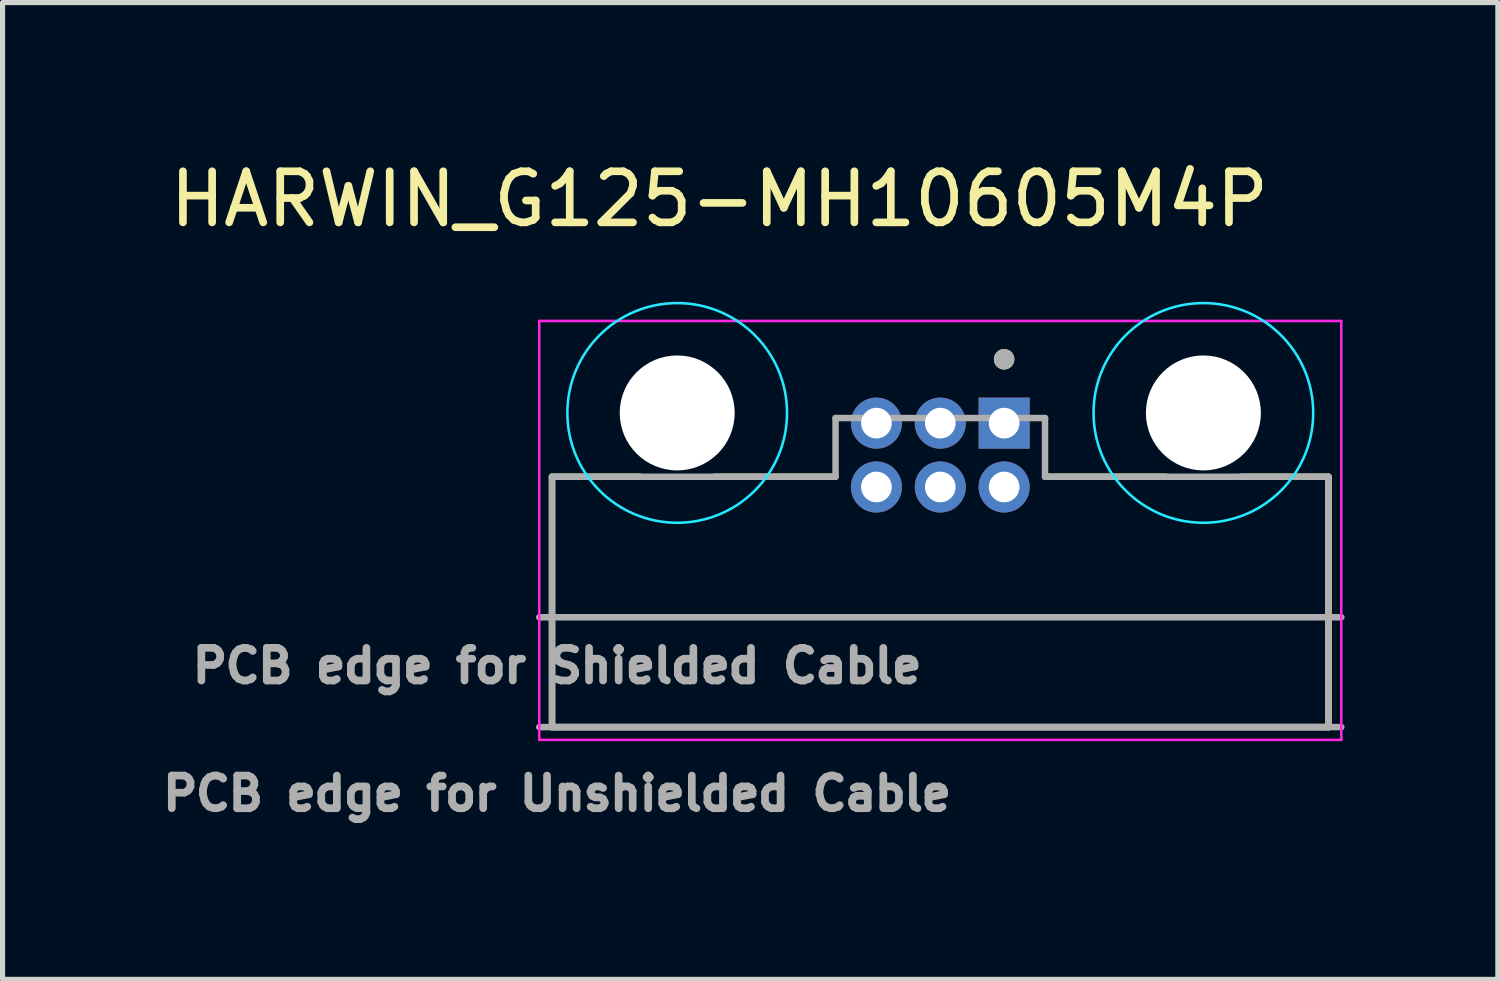
<source format=kicad_pcb>
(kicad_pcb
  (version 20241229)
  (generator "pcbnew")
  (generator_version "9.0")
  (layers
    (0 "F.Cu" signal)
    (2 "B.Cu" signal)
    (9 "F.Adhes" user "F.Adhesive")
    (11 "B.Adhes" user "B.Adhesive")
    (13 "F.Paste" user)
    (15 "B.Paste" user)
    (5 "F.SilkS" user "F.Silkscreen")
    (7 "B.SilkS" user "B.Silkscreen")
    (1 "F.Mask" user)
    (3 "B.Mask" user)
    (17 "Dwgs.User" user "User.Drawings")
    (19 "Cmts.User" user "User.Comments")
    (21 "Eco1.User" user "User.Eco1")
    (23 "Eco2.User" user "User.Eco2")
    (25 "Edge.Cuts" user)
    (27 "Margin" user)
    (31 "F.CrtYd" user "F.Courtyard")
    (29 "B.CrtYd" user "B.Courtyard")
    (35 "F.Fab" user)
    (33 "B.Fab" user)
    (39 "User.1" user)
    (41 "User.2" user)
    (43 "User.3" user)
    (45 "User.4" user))
  (footprint "HARWIN_G125-MH10605M4P"
    (layer "F.Cu")
    (at 15.356 8.733)
    (property "Reference" "HARWIN_G125-MH10605M4P" (at -4.325 -7.885 0) (layer "F.SilkS") (effects (font (size 1 1) (thickness 0.15))))
    (attr through_hole)
    (fp_line (start -7.6 -2.45) (end -7.6 2.45) (stroke (width 0.127) (type solid)) (layer "F.SilkS"))
    (fp_line (start -7.6 -2.45) (end -5.88 -2.45) (stroke (width 0.127) (type solid)) (layer "F.SilkS"))
    (fp_line (start -7.6 2.45) (end 7.6 2.45) (stroke (width 0.127) (type solid)) (layer "F.SilkS"))
    (fp_line (start -4.42 -2.45) (end -2.07 -2.45) (stroke (width 0.127) (type solid)) (layer "F.SilkS"))
    (fp_line (start 2.07 -2.45) (end 4.42 -2.45) (stroke (width 0.127) (type solid)) (layer "F.SilkS"))
    (fp_line (start 5.88 -2.45) (end 7.6 -2.45) (stroke (width 0.127) (type solid)) (layer "F.SilkS"))
    (fp_line (start 7.6 -2.45) (end 7.6 2.45) (stroke (width 0.127) (type solid)) (layer "F.SilkS"))
    (fp_circle (center 1.25 -4.75) (end 1.35 -4.75) (stroke (width 0.2) (type solid)) (fill no) (layer "F.SilkS"))
    (fp_circle (center -5.15 -3.7) (end -3 -3.7) (stroke (width 0.05) (type solid)) (fill no) (layer "B.CrtYd"))
    (fp_circle (center 5.15 -3.7) (end 7.3 -3.7) (stroke (width 0.05) (type solid)) (fill no) (layer "B.CrtYd"))
    (fp_line (start -7.85 -5.5) (end 7.85 -5.5) (stroke (width 0.05) (type solid)) (layer "F.CrtYd"))
    (fp_line (start -7.85 2.7) (end -7.85 -5.5) (stroke (width 0.05) (type solid)) (layer "F.CrtYd"))
    (fp_line (start 7.85 -5.5) (end 7.85 2.7) (stroke (width 0.05) (type solid)) (layer "F.CrtYd"))
    (fp_line (start 7.85 2.7) (end -7.85 2.7) (stroke (width 0.05) (type solid)) (layer "F.CrtYd"))
    (fp_line (start -7.85 0.3) (end 7.85 0.3) (stroke (width 0.127) (type solid)) (layer "F.Fab"))
    (fp_line (start -7.85 2.45) (end 7.85 2.45) (stroke (width 0.127) (type solid)) (layer "F.Fab"))
    (fp_line (start -7.6 -2.45) (end -7.6 2.45) (stroke (width 0.127) (type solid)) (layer "F.Fab"))
    (fp_line (start -7.6 -2.45) (end -2.05 -2.45) (stroke (width 0.127) (type solid)) (layer "F.Fab"))
    (fp_line (start -7.6 2.45) (end 7.6 2.45) (stroke (width 0.127) (type solid)) (layer "F.Fab"))
    (fp_line (start -2.05 -3.6) (end -2.05 -2.45) (stroke (width 0.127) (type solid)) (layer "F.Fab"))
    (fp_line (start -2.05 -3.6) (end 2.05 -3.6) (stroke (width 0.127) (type solid)) (layer "F.Fab"))
    (fp_line (start 2.05 -3.6) (end 2.05 -2.45) (stroke (width 0.127) (type solid)) (layer "F.Fab"))
    (fp_line (start 2.05 -2.45) (end 7.6 -2.45) (stroke (width 0.127) (type solid)) (layer "F.Fab"))
    (fp_line (start 7.6 -2.45) (end 7.6 2.45) (stroke (width 0.127) (type solid)) (layer "F.Fab"))
    (fp_circle (center 1.25 -4.75) (end 1.35 -4.75) (stroke (width 0.2) (type solid)) (fill no) (layer "F.Fab"))
    (fp_text user "PCB edge for Unshielded Cable" (at -7.5 3.75 0) (layer "F.Fab") (effects (font (size 0.64 0.64) (thickness 0.15))))
    (fp_text user "PCB edge for Shielded Cable" (at -7.5 1.25 0) (layer "F.Fab") (effects (font (size 0.64 0.64) (thickness 0.15))))
    (pad "" np_thru_hole circle (at -5.15 -3.7) (size 2.25 2.25) (drill 2.25) (layers "*.Cu" "*.Mask"))
    (pad "" np_thru_hole circle (at 5.15 -3.7) (size 2.25 2.25) (drill 2.25) (layers "*.Cu" "*.Mask"))
    (pad "1" thru_hole rect (at 1.25 -3.5) (size 1 1) (drill 0.6) (layers "*.Cu" "*.Mask"))
    (pad "2" thru_hole circle (at 0 -3.5) (size 1 1) (drill 0.6) (layers "*.Cu" "*.Mask"))
    (pad "3" thru_hole circle (at -1.25 -3.5) (size 1 1) (drill 0.6) (layers "*.Cu" "*.Mask"))
    (pad "4" thru_hole circle (at 1.25 -2.25) (size 1 1) (drill 0.6) (layers "*.Cu" "*.Mask"))
    (pad "5" thru_hole circle (at 0 -2.25) (size 1 1) (drill 0.6) (layers "*.Cu" "*.Mask"))
    (pad "6" thru_hole circle (at -1.25 -2.25) (size 1 1) (drill 0.6) (layers "*.Cu" "*.Mask"))
    (zone (net_name "") (layers "F.Cu" "B.Cu") (hatch full 0.508) (connect_pads) (min_thickness 1.9) (filled_areas_thickness no) (keepout (tracks allowed) (vias not_allowed) (pads allowed) (copperpour allowed) (footprints allowed)) (placement (enabled no)) (fill) (polygon (pts (xy 12.106 5.033) (xy 12.097 5.219) (xy 12.07 5.404) (xy 12.024 5.585) (xy 11.962 5.76) (xy 11.882 5.929) (xy 11.786 6.089) (xy 11.675 6.239) (xy 11.55 6.377) (xy 11.412 6.502) (xy 11.262 6.613) (xy 11.102 6.709) (xy 10.933 6.789) (xy 10.758 6.851) (xy 10.577 6.897) (xy 10.392 6.924) (xy 10.206 6.933) (xy 10.02 6.924) (xy 9.836 6.897) (xy 9.655 6.851) (xy 9.479 6.789) (xy 9.311 6.709) (xy 9.151 6.613) (xy 9.001 6.502) (xy 8.863 6.377) (xy 8.738 6.239) (xy 8.626 6.089) (xy 8.531 5.929) (xy 8.451 5.76) (xy 8.388 5.585) (xy 8.343 5.404) (xy 8.315 5.219) (xy 8.306 5.033) (xy 8.315 4.847) (xy 8.343 4.663) (xy 8.388 4.482) (xy 8.451 4.306) (xy 8.531 4.138) (xy 8.626 3.978) (xy 8.738 3.828) (xy 8.863 3.69) (xy 9.001 3.565) (xy 9.151 3.453) (xy 9.311 3.358) (xy 9.479 3.278) (xy 9.655 3.215) (xy 9.836 3.17) (xy 10.02 3.142) (xy 10.206 3.133) (xy 10.392 3.142) (xy 10.577 3.17) (xy 10.758 3.215) (xy 10.933 3.278) (xy 11.102 3.358) (xy 11.262 3.453) (xy 11.412 3.565) (xy 11.55 3.69) (xy 11.675 3.828) (xy 11.786 3.978) (xy 11.882 4.138) (xy 11.962 4.306) (xy 12.024 4.482) (xy 12.07 4.663) (xy 12.097 4.847))))
    (zone (net_name "") (layers "F.Cu" "B.Cu") (hatch full 0.508) (connect_pads) (min_thickness 1.9) (filled_areas_thickness no) (keepout (tracks allowed) (vias not_allowed) (pads allowed) (copperpour allowed) (footprints allowed)) (placement (enabled no)) (fill) (polygon (pts (xy 22.406 5.033) (xy 22.397 5.219) (xy 22.37 5.404) (xy 22.324 5.585) (xy 22.262 5.76) (xy 22.182 5.929) (xy 22.086 6.089) (xy 21.975 6.239) (xy 21.85 6.377) (xy 21.712 6.502) (xy 21.562 6.613) (xy 21.402 6.709) (xy 21.233 6.789) (xy 21.058 6.851) (xy 20.877 6.897) (xy 20.692 6.924) (xy 20.506 6.933) (xy 20.32 6.924) (xy 20.136 6.897) (xy 19.955 6.851) (xy 19.779 6.789) (xy 19.611 6.709) (xy 19.451 6.613) (xy 19.301 6.502) (xy 19.163 6.377) (xy 19.038 6.239) (xy 18.926 6.089) (xy 18.831 5.929) (xy 18.751 5.76) (xy 18.688 5.585) (xy 18.643 5.404) (xy 18.615 5.219) (xy 18.606 5.033) (xy 18.615 4.847) (xy 18.643 4.663) (xy 18.688 4.482) (xy 18.751 4.306) (xy 18.831 4.138) (xy 18.926 3.978) (xy 19.038 3.828) (xy 19.163 3.69) (xy 19.301 3.565) (xy 19.451 3.453) (xy 19.611 3.358) (xy 19.779 3.278) (xy 19.955 3.215) (xy 20.136 3.17) (xy 20.32 3.142) (xy 20.506 3.133) (xy 20.692 3.142) (xy 20.877 3.17) (xy 21.058 3.215) (xy 21.233 3.278) (xy 21.402 3.358) (xy 21.562 3.453) (xy 21.712 3.565) (xy 21.85 3.69) (xy 21.975 3.828) (xy 22.086 3.978) (xy 22.182 4.138) (xy 22.262 4.306) (xy 22.324 4.482) (xy 22.37 4.663) (xy 22.397 4.847))))
    (zone (net_name "") (layer "B.Cu") (hatch full 0.508) (connect_pads) (min_thickness 1.9) (filled_areas_thickness no) (keepout (tracks not_allowed) (vias not_allowed) (pads not_allowed) (copperpour not_allowed) (footprints allowed)) (placement (enabled no)) (fill) (polygon (pts (xy 12.106 5.033) (xy 12.097 5.219) (xy 12.07 5.404) (xy 12.024 5.585) (xy 11.962 5.76) (xy 11.882 5.929) (xy 11.786 6.089) (xy 11.675 6.239) (xy 11.55 6.377) (xy 11.412 6.502) (xy 11.262 6.613) (xy 11.102 6.709) (xy 10.933 6.789) (xy 10.758 6.851) (xy 10.577 6.897) (xy 10.392 6.924) (xy 10.206 6.933) (xy 10.02 6.924) (xy 9.836 6.897) (xy 9.655 6.851) (xy 9.479 6.789) (xy 9.311 6.709) (xy 9.151 6.613) (xy 9.001 6.502) (xy 8.863 6.377) (xy 8.738 6.239) (xy 8.626 6.089) (xy 8.531 5.929) (xy 8.451 5.76) (xy 8.388 5.585) (xy 8.343 5.404) (xy 8.315 5.219) (xy 8.306 5.033) (xy 8.315 4.847) (xy 8.343 4.663) (xy 8.388 4.482) (xy 8.451 4.306) (xy 8.531 4.138) (xy 8.626 3.978) (xy 8.738 3.828) (xy 8.863 3.69) (xy 9.001 3.565) (xy 9.151 3.453) (xy 9.311 3.358) (xy 9.479 3.278) (xy 9.655 3.215) (xy 9.836 3.17) (xy 10.02 3.142) (xy 10.206 3.133) (xy 10.392 3.142) (xy 10.577 3.17) (xy 10.758 3.215) (xy 10.933 3.278) (xy 11.102 3.358) (xy 11.262 3.453) (xy 11.412 3.565) (xy 11.55 3.69) (xy 11.675 3.828) (xy 11.786 3.978) (xy 11.882 4.138) (xy 11.962 4.306) (xy 12.024 4.482) (xy 12.07 4.663) (xy 12.097 4.847))))
    (zone (net_name "") (layer "B.Cu") (hatch full 0.508) (connect_pads) (min_thickness 1.9) (filled_areas_thickness no) (keepout (tracks not_allowed) (vias not_allowed) (pads not_allowed) (copperpour not_allowed) (footprints allowed)) (placement (enabled no)) (fill) (polygon (pts (xy 22.406 5.033) (xy 22.397 5.219) (xy 22.37 5.404) (xy 22.324 5.585) (xy 22.262 5.76) (xy 22.182 5.929) (xy 22.086 6.089) (xy 21.975 6.239) (xy 21.85 6.377) (xy 21.712 6.502) (xy 21.562 6.613) (xy 21.402 6.709) (xy 21.233 6.789) (xy 21.058 6.851) (xy 20.877 6.897) (xy 20.692 6.924) (xy 20.506 6.933) (xy 20.32 6.924) (xy 20.136 6.897) (xy 19.955 6.851) (xy 19.779 6.789) (xy 19.611 6.709) (xy 19.451 6.613) (xy 19.301 6.502) (xy 19.163 6.377) (xy 19.038 6.239) (xy 18.926 6.089) (xy 18.831 5.929) (xy 18.751 5.76) (xy 18.688 5.585) (xy 18.643 5.404) (xy 18.615 5.219) (xy 18.606 5.033) (xy 18.615 4.847) (xy 18.643 4.663) (xy 18.688 4.482) (xy 18.751 4.306) (xy 18.831 4.138) (xy 18.926 3.978) (xy 19.038 3.828) (xy 19.163 3.69) (xy 19.301 3.565) (xy 19.451 3.453) (xy 19.611 3.358) (xy 19.779 3.278) (xy 19.955 3.215) (xy 20.136 3.17) (xy 20.32 3.142) (xy 20.506 3.133) (xy 20.692 3.142) (xy 20.877 3.17) (xy 21.058 3.215) (xy 21.233 3.278) (xy 21.402 3.358) (xy 21.562 3.453) (xy 21.712 3.565) (xy 21.85 3.69) (xy 21.975 3.828) (xy 22.086 3.978) (xy 22.182 4.138) (xy 22.262 4.306) (xy 22.324 4.482) (xy 22.37 4.663) (xy 22.397 4.847)))))
  (gr_rect
    (start -3 -3)
    (end 26.27 16.121)
    (stroke (width 0.1) (type default))
    (fill no)
    (layer "Edge.Cuts")))
</source>
